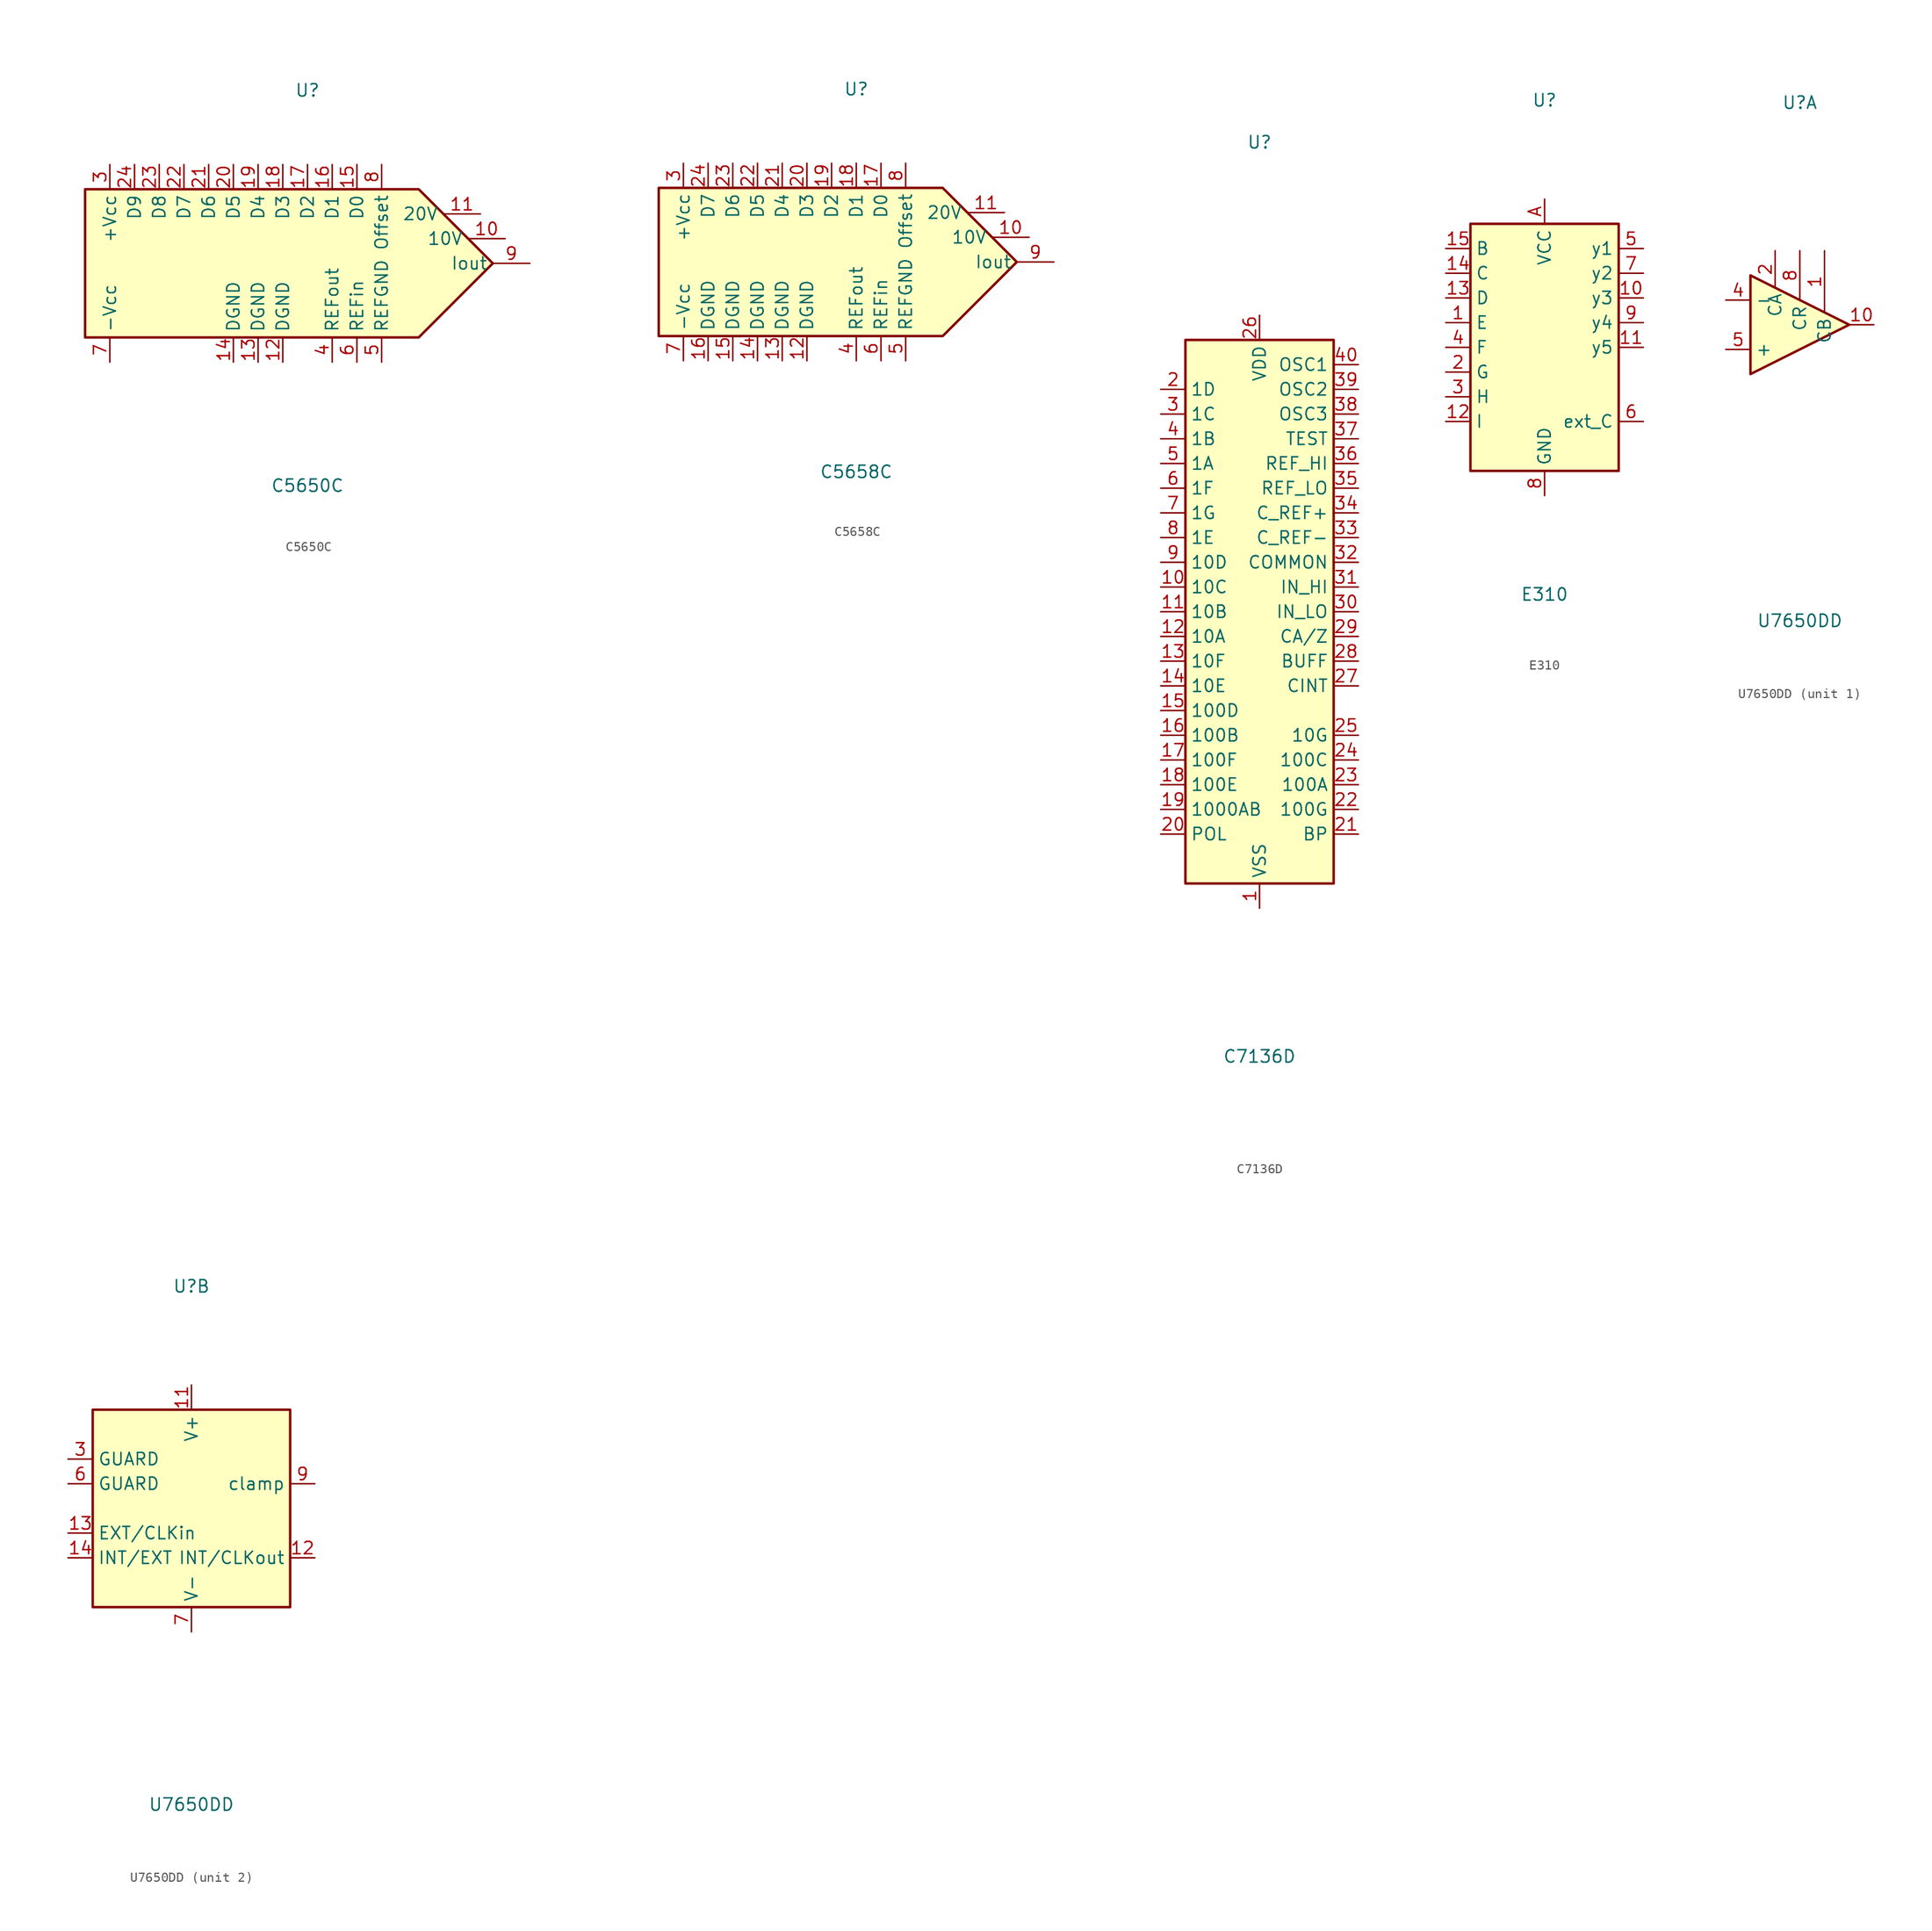
<source format=kicad_sym>
(kicad_symbol_lib
  (version 20241209)
  (generator "kicad_symbol_editor")
  (generator_version "9.0")
  (symbol "C5650C"
    (property "Reference" "U"
      (at 0 17.78 0)
      (effects (font (size 1.27 1.27))))
    (property "Value" "C5650C"
      (at 0 -22.86 0)
      (effects (font (size 1.27 1.27))))
    (symbol "C5650C_1_1"
      (polyline (pts (xy -22.86 7.62) (xy 11.43 7.62) (xy 19.05 0) (xy 11.43 -7.62) (xy -22.86 -7.62) (xy -22.86 7.62)) (stroke (width 0.254) (type default)) (fill (type background)))
      (pin no_connect line (at -22.86 0 0) (length 2.54) (hide yes) (name "~" (effects (font (size 1.27 1.27)))) (number "1" (effects (font (size 1.27 1.27)))))
      (pin no_connect line (at -22.86 -2.54 0) (length 2.54) (hide yes) (name "~" (effects (font (size 1.27 1.27)))) (number "2" (effects (font (size 1.27 1.27)))))
      (pin power_in line (at -20.32 10.16 270) (length 2.54) (name "+Vcc" (effects (font (size 1.27 1.27)))) (number "3" (effects (font (size 1.27 1.27)))))
      (pin input line (at -20.32 -10.16 90) (length 2.54) (name "-Vcc" (effects (font (size 1.27 1.27)))) (number "7" (effects (font (size 1.27 1.27)))))
      (pin input line (at -17.78 10.16 270) (length 2.54) (name "D9" (effects (font (size 1.27 1.27)))) (number "24" (effects (font (size 1.27 1.27)))))
      (pin input line (at -15.24 10.16 270) (length 2.54) (name "D8" (effects (font (size 1.27 1.27)))) (number "23" (effects (font (size 1.27 1.27)))))
      (pin input line (at -12.7 10.16 270) (length 2.54) (name "D7" (effects (font (size 1.27 1.27)))) (number "22" (effects (font (size 1.27 1.27)))))
      (pin input line (at -10.16 10.16 270) (length 2.54) (name "D6" (effects (font (size 1.27 1.27)))) (number "21" (effects (font (size 1.27 1.27)))))
      (pin input line (at -7.62 10.16 270) (length 2.54) (name "D5" (effects (font (size 1.27 1.27)))) (number "20" (effects (font (size 1.27 1.27)))))
      (pin power_in line (at -7.62 -10.16 90) (length 2.54) (name "DGND" (effects (font (size 1.27 1.27)))) (number "14" (effects (font (size 1.27 1.27)))))
      (pin input line (at -5.08 10.16 270) (length 2.54) (name "D4" (effects (font (size 1.27 1.27)))) (number "19" (effects (font (size 1.27 1.27)))))
      (pin power_in line (at -5.08 -10.16 90) (length 2.54) (name "DGND" (effects (font (size 1.27 1.27)))) (number "13" (effects (font (size 1.27 1.27)))))
      (pin input line (at -2.54 10.16 270) (length 2.54) (name "D3" (effects (font (size 1.27 1.27)))) (number "18" (effects (font (size 1.27 1.27)))))
      (pin power_in line (at -2.54 -10.16 90) (length 2.54) (name "DGND" (effects (font (size 1.27 1.27)))) (number "12" (effects (font (size 1.27 1.27)))))
      (pin input line (at 0 10.16 270) (length 2.54) (name "D2" (effects (font (size 1.27 1.27)))) (number "17" (effects (font (size 1.27 1.27)))))
      (pin input line (at 2.54 10.16 270) (length 2.54) (name "D1" (effects (font (size 1.27 1.27)))) (number "16" (effects (font (size 1.27 1.27)))))
      (pin power_out line (at 2.54 -10.16 90) (length 2.54) (name "REFout" (effects (font (size 1.27 1.27)))) (number "4" (effects (font (size 1.27 1.27)))))
      (pin input line (at 5.08 10.16 270) (length 2.54) (name "D0" (effects (font (size 1.27 1.27)))) (number "15" (effects (font (size 1.27 1.27)))))
      (pin input line (at 5.08 -10.16 90) (length 2.54) (name "REFin" (effects (font (size 1.27 1.27)))) (number "6" (effects (font (size 1.27 1.27)))))
      (pin input line (at 7.62 10.16 270) (length 2.54) (name "Offset" (effects (font (size 1.27 1.27)))) (number "8" (effects (font (size 1.27 1.27)))))
      (pin power_in line (at 7.62 -10.16 90) (length 2.54) (name "REFGND" (effects (font (size 1.27 1.27)))) (number "5" (effects (font (size 1.27 1.27)))))
      (pin output line (at 17.78 5.08 180) (length 3.81) (name "20V" (effects (font (size 1.27 1.27)))) (number "11" (effects (font (size 1.27 1.27)))))
      (pin output line (at 20.32 2.54 180) (length 3.81) (name "10V" (effects (font (size 1.27 1.27)))) (number "10" (effects (font (size 1.27 1.27)))))
      (pin output line (at 22.86 0 180) (length 3.81) (name "Iout" (effects (font (size 1.27 1.27)))) (number "9" (effects (font (size 1.27 1.27)))))))
  (symbol "C5658C"
    (property "Reference" "U"
      (at 0 17.78 0)
      (effects (font (size 1.27 1.27))))
    (property "Value" "C5658C"
      (at 0 -21.59 0)
      (effects (font (size 1.27 1.27))))
    (symbol "C5658C_1_1"
      (polyline (pts (xy -20.32 7.62) (xy 8.89 7.62) (xy 16.51 0) (xy 8.89 -7.62) (xy -20.32 -7.62) (xy -20.32 7.62)) (stroke (width 0.254) (type default)) (fill (type background)))
      (pin no_connect line (at -20.32 0 0) (length 2.54) (hide yes) (name "~" (effects (font (size 1.27 1.27)))) (number "1" (effects (font (size 1.27 1.27)))))
      (pin no_connect line (at -20.32 -2.54 0) (length 2.54) (hide yes) (name "~" (effects (font (size 1.27 1.27)))) (number "2" (effects (font (size 1.27 1.27)))))
      (pin power_in line (at -17.78 10.16 270) (length 2.54) (name "+Vcc" (effects (font (size 1.27 1.27)))) (number "3" (effects (font (size 1.27 1.27)))))
      (pin input line (at -17.78 -10.16 90) (length 2.54) (name "-Vcc" (effects (font (size 1.27 1.27)))) (number "7" (effects (font (size 1.27 1.27)))))
      (pin input line (at -15.24 10.16 270) (length 2.54) (name "D7" (effects (font (size 1.27 1.27)))) (number "24" (effects (font (size 1.27 1.27)))))
      (pin power_in line (at -15.24 -10.16 90) (length 2.54) (name "DGND" (effects (font (size 1.27 1.27)))) (number "16" (effects (font (size 1.27 1.27)))))
      (pin input line (at -12.7 10.16 270) (length 2.54) (name "D6" (effects (font (size 1.27 1.27)))) (number "23" (effects (font (size 1.27 1.27)))))
      (pin power_in line (at -12.7 -10.16 90) (length 2.54) (name "DGND" (effects (font (size 1.27 1.27)))) (number "15" (effects (font (size 1.27 1.27)))))
      (pin input line (at -10.16 10.16 270) (length 2.54) (name "D5" (effects (font (size 1.27 1.27)))) (number "22" (effects (font (size 1.27 1.27)))))
      (pin power_in line (at -10.16 -10.16 90) (length 2.54) (name "DGND" (effects (font (size 1.27 1.27)))) (number "14" (effects (font (size 1.27 1.27)))))
      (pin input line (at -7.62 10.16 270) (length 2.54) (name "D4" (effects (font (size 1.27 1.27)))) (number "21" (effects (font (size 1.27 1.27)))))
      (pin power_in line (at -7.62 -10.16 90) (length 2.54) (name "DGND" (effects (font (size 1.27 1.27)))) (number "13" (effects (font (size 1.27 1.27)))))
      (pin input line (at -5.08 10.16 270) (length 2.54) (name "D3" (effects (font (size 1.27 1.27)))) (number "20" (effects (font (size 1.27 1.27)))))
      (pin power_in line (at -5.08 -10.16 90) (length 2.54) (name "DGND" (effects (font (size 1.27 1.27)))) (number "12" (effects (font (size 1.27 1.27)))))
      (pin input line (at -2.54 10.16 270) (length 2.54) (name "D2" (effects (font (size 1.27 1.27)))) (number "19" (effects (font (size 1.27 1.27)))))
      (pin input line (at 0 10.16 270) (length 2.54) (name "D1" (effects (font (size 1.27 1.27)))) (number "18" (effects (font (size 1.27 1.27)))))
      (pin power_out line (at 0 -10.16 90) (length 2.54) (name "REFout" (effects (font (size 1.27 1.27)))) (number "4" (effects (font (size 1.27 1.27)))))
      (pin input line (at 2.54 10.16 270) (length 2.54) (name "D0" (effects (font (size 1.27 1.27)))) (number "17" (effects (font (size 1.27 1.27)))))
      (pin input line (at 2.54 -10.16 90) (length 2.54) (name "REFin" (effects (font (size 1.27 1.27)))) (number "6" (effects (font (size 1.27 1.27)))))
      (pin input line (at 5.08 10.16 270) (length 2.54) (name "Offset" (effects (font (size 1.27 1.27)))) (number "8" (effects (font (size 1.27 1.27)))))
      (pin power_in line (at 5.08 -10.16 90) (length 2.54) (name "REFGND" (effects (font (size 1.27 1.27)))) (number "5" (effects (font (size 1.27 1.27)))))
      (pin output line (at 15.24 5.08 180) (length 3.81) (name "20V" (effects (font (size 1.27 1.27)))) (number "11" (effects (font (size 1.27 1.27)))))
      (pin output line (at 17.78 2.54 180) (length 3.81) (name "10V" (effects (font (size 1.27 1.27)))) (number "10" (effects (font (size 1.27 1.27)))))
      (pin output line (at 20.32 0 180) (length 3.81) (name "Iout" (effects (font (size 1.27 1.27)))) (number "9" (effects (font (size 1.27 1.27)))))))
  (symbol "C7136D"
    (property "Reference" "U"
      (at 0 48.26 0)
      (effects (font (size 1.27 1.27))))
    (property "Value" "C7136D"
      (at 0 -45.72 0)
      (effects (font (size 1.27 1.27))))
    (symbol "C7136D_0_0"
      (pin output line (at -10.16 22.86 0) (length 2.54) (name "1D" (effects (font (size 1.27 1.27)))) (number "2" (effects (font (size 1.27 1.27)))))
      (pin output line (at -10.16 20.32 0) (length 2.54) (name "1C" (effects (font (size 1.27 1.27)))) (number "3" (effects (font (size 1.27 1.27)))))
      (pin output line (at -10.16 17.78 0) (length 2.54) (name "1B" (effects (font (size 1.27 1.27)))) (number "4" (effects (font (size 1.27 1.27)))))
      (pin output line (at -10.16 15.24 0) (length 2.54) (name "1A" (effects (font (size 1.27 1.27)))) (number "5" (effects (font (size 1.27 1.27)))))
      (pin output line (at -10.16 12.7 0) (length 2.54) (name "1F" (effects (font (size 1.27 1.27)))) (number "6" (effects (font (size 1.27 1.27)))))
      (pin output line (at -10.16 10.16 0) (length 2.54) (name "1G" (effects (font (size 1.27 1.27)))) (number "7" (effects (font (size 1.27 1.27)))))
      (pin output line (at -10.16 7.62 0) (length 2.54) (name "1E" (effects (font (size 1.27 1.27)))) (number "8" (effects (font (size 1.27 1.27)))))
      (pin output line (at -10.16 5.08 0) (length 2.54) (name "10D" (effects (font (size 1.27 1.27)))) (number "9" (effects (font (size 1.27 1.27)))))
      (pin output line (at -10.16 2.54 0) (length 2.54) (name "10C" (effects (font (size 1.27 1.27)))) (number "10" (effects (font (size 1.27 1.27)))))
      (pin output line (at -10.16 0 0) (length 2.54) (name "10B" (effects (font (size 1.27 1.27)))) (number "11" (effects (font (size 1.27 1.27)))))
      (pin output line (at -10.16 -2.54 0) (length 2.54) (name "10A" (effects (font (size 1.27 1.27)))) (number "12" (effects (font (size 1.27 1.27)))))
      (pin output line (at -10.16 -5.08 0) (length 2.54) (name "10F" (effects (font (size 1.27 1.27)))) (number "13" (effects (font (size 1.27 1.27)))))
      (pin output line (at -10.16 -7.62 0) (length 2.54) (name "10E" (effects (font (size 1.27 1.27)))) (number "14" (effects (font (size 1.27 1.27)))))
      (pin output line (at -10.16 -10.16 0) (length 2.54) (name "100D" (effects (font (size 1.27 1.27)))) (number "15" (effects (font (size 1.27 1.27)))))
      (pin output line (at -10.16 -12.7 0) (length 2.54) (name "100B" (effects (font (size 1.27 1.27)))) (number "16" (effects (font (size 1.27 1.27)))))
      (pin output line (at -10.16 -15.24 0) (length 2.54) (name "100F" (effects (font (size 1.27 1.27)))) (number "17" (effects (font (size 1.27 1.27)))))
      (pin output line (at -10.16 -17.78 0) (length 2.54) (name "100E" (effects (font (size 1.27 1.27)))) (number "18" (effects (font (size 1.27 1.27)))))
      (pin output line (at -10.16 -20.32 0) (length 2.54) (name "1000AB" (effects (font (size 1.27 1.27)))) (number "19" (effects (font (size 1.27 1.27)))))
      (pin unspecified line (at -10.16 -22.86 0) (length 2.54) (name "POL" (effects (font (size 1.27 1.27)))) (number "20" (effects (font (size 1.27 1.27)))))
      (pin power_in line (at 0 30.48 270) (length 2.54) (name "VDD" (effects (font (size 1.27 1.27)))) (number "26" (effects (font (size 1.27 1.27)))))
      (pin power_in line (at 0 -30.48 90) (length 2.54) (name "VSS" (effects (font (size 1.27 1.27)))) (number "1" (effects (font (size 1.27 1.27)))))
      (pin unspecified line (at 10.16 25.4 180) (length 2.54) (name "OSC1" (effects (font (size 1.27 1.27)))) (number "40" (effects (font (size 1.27 1.27)))))
      (pin unspecified line (at 10.16 22.86 180) (length 2.54) (name "OSC2" (effects (font (size 1.27 1.27)))) (number "39" (effects (font (size 1.27 1.27)))))
      (pin unspecified line (at 10.16 20.32 180) (length 2.54) (name "OSC3" (effects (font (size 1.27 1.27)))) (number "38" (effects (font (size 1.27 1.27)))))
      (pin unspecified line (at 10.16 17.78 180) (length 2.54) (name "TEST" (effects (font (size 1.27 1.27)))) (number "37" (effects (font (size 1.27 1.27)))))
      (pin unspecified line (at 10.16 15.24 180) (length 2.54) (name "REF_HI" (effects (font (size 1.27 1.27)))) (number "36" (effects (font (size 1.27 1.27)))))
      (pin unspecified line (at 10.16 12.7 180) (length 2.54) (name "REF_LO" (effects (font (size 1.27 1.27)))) (number "35" (effects (font (size 1.27 1.27)))))
      (pin passive line (at 10.16 10.16 180) (length 2.54) (name "C_REF+" (effects (font (size 1.27 1.27)))) (number "34" (effects (font (size 1.27 1.27)))))
      (pin passive line (at 10.16 7.62 180) (length 2.54) (name "C_REF-" (effects (font (size 1.27 1.27)))) (number "33" (effects (font (size 1.27 1.27)))))
      (pin unspecified line (at 10.16 5.08 180) (length 2.54) (name "COMMON" (effects (font (size 1.27 1.27)))) (number "32" (effects (font (size 1.27 1.27)))))
      (pin input line (at 10.16 2.54 180) (length 2.54) (name "IN_HI" (effects (font (size 1.27 1.27)))) (number "31" (effects (font (size 1.27 1.27)))))
      (pin input line (at 10.16 0 180) (length 2.54) (name "IN_LO" (effects (font (size 1.27 1.27)))) (number "30" (effects (font (size 1.27 1.27)))))
      (pin unspecified line (at 10.16 -2.54 180) (length 2.54) (name "CA/Z" (effects (font (size 1.27 1.27)))) (number "29" (effects (font (size 1.27 1.27)))))
      (pin unspecified line (at 10.16 -5.08 180) (length 2.54) (name "BUFF" (effects (font (size 1.27 1.27)))) (number "28" (effects (font (size 1.27 1.27)))))
      (pin passive line (at 10.16 -7.62 180) (length 2.54) (name "CINT" (effects (font (size 1.27 1.27)))) (number "27" (effects (font (size 1.27 1.27)))))
      (pin output line (at 10.16 -12.7 180) (length 2.54) (name "10G" (effects (font (size 1.27 1.27)))) (number "25" (effects (font (size 1.27 1.27)))))
      (pin output line (at 10.16 -15.24 180) (length 2.54) (name "100C" (effects (font (size 1.27 1.27)))) (number "24" (effects (font (size 1.27 1.27)))))
      (pin output line (at 10.16 -17.78 180) (length 2.54) (name "100A" (effects (font (size 1.27 1.27)))) (number "23" (effects (font (size 1.27 1.27)))))
      (pin output line (at 10.16 -20.32 180) (length 2.54) (name "100G" (effects (font (size 1.27 1.27)))) (number "22" (effects (font (size 1.27 1.27)))))
      (pin unspecified line (at 10.16 -22.86 180) (length 2.54) (name "BP" (effects (font (size 1.27 1.27)))) (number "21" (effects (font (size 1.27 1.27))))))
    (symbol "C7136D_0_1"
      (rectangle (start -7.62 27.94) (end 7.62 -27.94) (stroke (width 0.254) (type default)) (fill (type background)))))
  (symbol "E310"
    (property "Reference" "U"
      (at 0 25.4 0)
      (effects (font (size 1.27 1.27))))
    (property "Value" "E310"
      (at 0 -25.4 0)
      (effects (font (size 1.27 1.27))))
    (symbol "E310_0_1"
      (rectangle (start -7.62 12.7) (end 7.62 -12.7) (stroke (width 0.254) (type default)) (fill (type background))))
    (symbol "E310_1_1"
      (pin input line (at -10.16 10.16 0) (length 2.54) (name "B" (effects (font (size 1.27 1.27)))) (number "15" (effects (font (size 1.27 1.27)))))
      (pin input line (at -10.16 7.62 0) (length 2.54) (name "C" (effects (font (size 1.27 1.27)))) (number "14" (effects (font (size 1.27 1.27)))))
      (pin input line (at -10.16 5.08 0) (length 2.54) (name "D" (effects (font (size 1.27 1.27)))) (number "13" (effects (font (size 1.27 1.27)))))
      (pin input line (at -10.16 2.54 0) (length 2.54) (name "E" (effects (font (size 1.27 1.27)))) (number "1" (effects (font (size 1.27 1.27)))))
      (pin input line (at -10.16 0 0) (length 2.54) (name "F" (effects (font (size 1.27 1.27)))) (number "4" (effects (font (size 1.27 1.27)))))
      (pin input line (at -10.16 -2.54 0) (length 2.54) (name "G" (effects (font (size 1.27 1.27)))) (number "2" (effects (font (size 1.27 1.27)))))
      (pin input line (at -10.16 -5.08 0) (length 2.54) (name "H" (effects (font (size 1.27 1.27)))) (number "3" (effects (font (size 1.27 1.27)))))
      (pin input line (at -10.16 -7.62 0) (length 2.54) (name "I" (effects (font (size 1.27 1.27)))) (number "12" (effects (font (size 1.27 1.27)))))
      (pin power_in line (at 0 15.24 270) (length 2.54) (name "VCC" (effects (font (size 1.27 1.27)))) (number "A" (effects (font (size 1.27 1.27)))))
      (pin power_in line (at 0 -15.24 90) (length 2.54) (name "GND" (effects (font (size 1.27 1.27)))) (number "8" (effects (font (size 1.27 1.27)))))
      (pin output line (at 10.16 10.16 180) (length 2.54) (name "y1" (effects (font (size 1.27 1.27)))) (number "5" (effects (font (size 1.27 1.27)))))
      (pin output line (at 10.16 7.62 180) (length 2.54) (name "y2" (effects (font (size 1.27 1.27)))) (number "7" (effects (font (size 1.27 1.27)))))
      (pin output line (at 10.16 5.08 180) (length 2.54) (name "y3" (effects (font (size 1.27 1.27)))) (number "10" (effects (font (size 1.27 1.27)))))
      (pin output line (at 10.16 2.54 180) (length 2.54) (name "y4" (effects (font (size 1.27 1.27)))) (number "9" (effects (font (size 1.27 1.27)))))
      (pin output line (at 10.16 0 180) (length 2.54) (name "y5" (effects (font (size 1.27 1.27)))) (number "11" (effects (font (size 1.27 1.27)))))
      (pin passive line (at 10.16 -7.62 180) (length 2.54) (name "ext_C" (effects (font (size 1.27 1.27)))) (number "6" (effects (font (size 1.27 1.27)))))))
  (symbol "U7650DD"
    (property "Reference" "U"
      (at 0 22.86 0)
      (effects (font (size 1.27 1.27))))
    (property "Value" "U7650DD"
      (at 0 -30.48 0)
      (effects (font (size 1.27 1.27))))
    (property "ki_locked" ""
      (at 0 0 0)
      (effects (font (size 1.27 1.27))))
    (symbol "U7650DD_1_1"
      (polyline (pts (xy -5.08 5.08) (xy 5.08 0) (xy -5.08 -5.08) (xy -5.08 5.08)) (stroke (width 0.254) (type default)) (fill (type background)))
      (pin input line (at -7.62 2.54 0) (length 2.54) (name "-" (effects (font (size 1.27 1.27)))) (number "4" (effects (font (size 1.27 1.27)))))
      (pin input line (at -7.62 -2.54 0) (length 2.54) (name "+" (effects (font (size 1.27 1.27)))) (number "5" (effects (font (size 1.27 1.27)))))
      (pin power_in line (at -2.54 7.62 270) (length 3.81) (name "CA" (effects (font (size 1.27 1.27)))) (number "2" (effects (font (size 1.27 1.27)))))
      (pin input line (at 0 7.62 270) (length 5.08) (name "CR" (effects (font (size 1.27 1.27)))) (number "8" (effects (font (size 1.27 1.27)))))
      (pin passive line (at 2.54 7.62 270) (length 6.35) (name "CB" (effects (font (size 1.27 1.27)))) (number "1" (effects (font (size 1.27 1.27)))))
      (pin output line (at 7.62 0 180) (length 2.54) (name "~" (effects (font (size 1.27 1.27)))) (number "10" (effects (font (size 1.27 1.27))))))
    (symbol "U7650DD_2_1"
      (rectangle (start -10.16 10.16) (end 10.16 -10.16) (stroke (width 0.254) (type default)) (fill (type background)))
      (pin passive line (at -12.7 5.08 0) (length 2.54) (name "GUARD" (effects (font (size 1.27 1.27)))) (number "3" (effects (font (size 1.27 1.27)))))
      (pin passive line (at -12.7 2.54 0) (length 2.54) (name "GUARD" (effects (font (size 1.27 1.27)))) (number "6" (effects (font (size 1.27 1.27)))))
      (pin input line (at -12.7 -2.54 0) (length 2.54) (name "EXT/CLKin" (effects (font (size 1.27 1.27)))) (number "13" (effects (font (size 1.27 1.27)))))
      (pin input line (at -12.7 -5.08 0) (length 2.54) (name "INT/EXT" (effects (font (size 1.27 1.27)))) (number "14" (effects (font (size 1.27 1.27)))))
      (pin power_in line (at 0 12.7 270) (length 2.54) (name "V+" (effects (font (size 1.27 1.27)))) (number "11" (effects (font (size 1.27 1.27)))))
      (pin power_in line (at 0 -12.7 90) (length 2.54) (name "V-" (effects (font (size 1.27 1.27)))) (number "7" (effects (font (size 1.27 1.27)))))
      (pin passive line (at 12.7 2.54 180) (length 2.54) (name "clamp" (effects (font (size 1.27 1.27)))) (number "9" (effects (font (size 1.27 1.27)))))
      (pin output line (at 12.7 -5.08 180) (length 2.54) (name "INT/CLKout" (effects (font (size 1.27 1.27)))) (number "12" (effects (font (size 1.27 1.27))))))))
</source>
